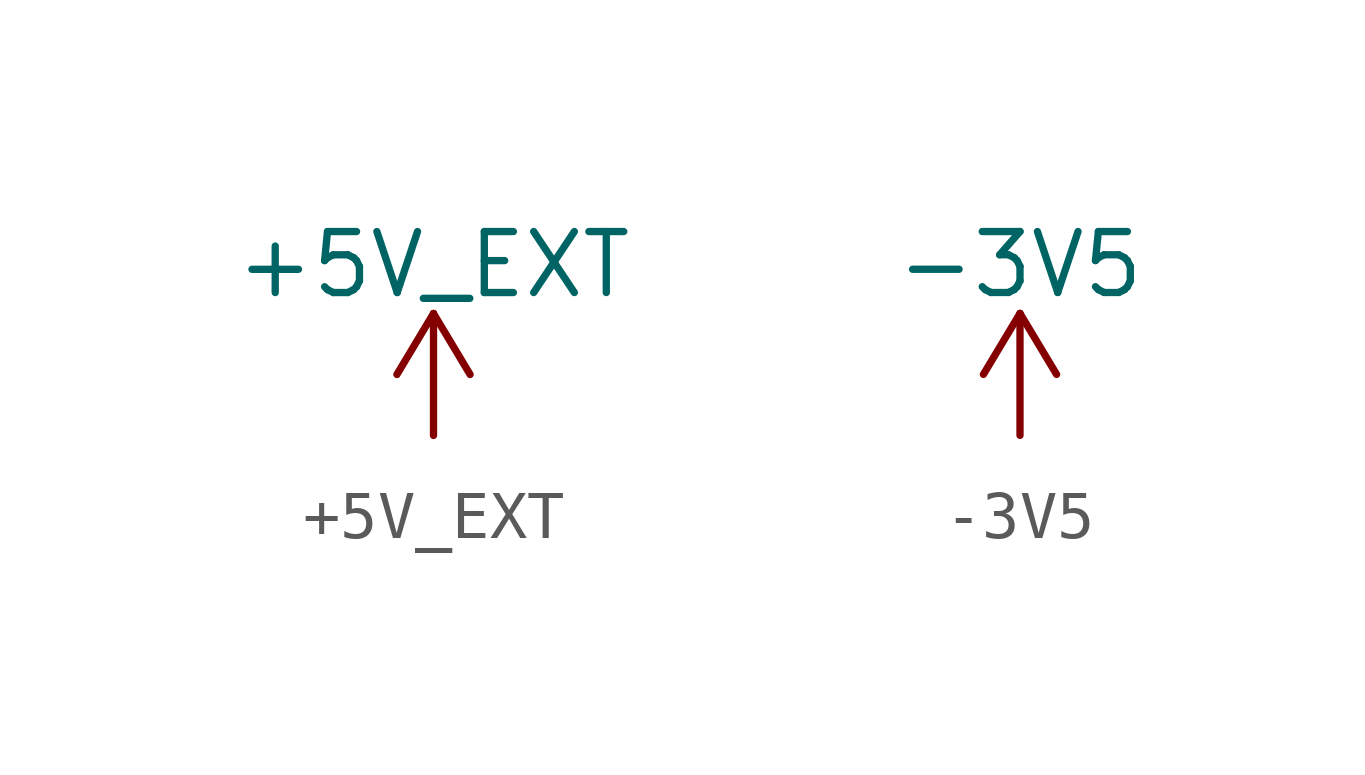
<source format=kicad_sym>
(kicad_symbol_lib
  (version 20241209)
  (generator "kicad_symbol_editor")
  (generator_version "9.0")
  (symbol "+5V_EXT"
    (power)
    (pin_names
      (offset 0))
    (property "Reference" "#PWR"
      (at 0 -3.81 0)
      (effects (font (size 1.27 1.27)) (hide yes)))
    (property "Value" "+5V_EXT"
      (at 0 3.556 0)
      (effects (font (size 1.27 1.27))))
    (symbol "+5V_EXT_0_1"
      (polyline (pts (xy -0.762 1.27) (xy 0 2.54)) (stroke (width 0) (type default)) (fill (type none)))
      (polyline (pts (xy 0 2.54) (xy 0.762 1.27)) (stroke (width 0) (type default)) (fill (type none)))
      (polyline (pts (xy 0 0) (xy 0 2.54)) (stroke (width 0) (type default)) (fill (type none))))
    (symbol "+5V_EXT_1_1"
      (pin power_in line (at 0 0 90) (length 0) (hide yes) (name "+5V_EXT" (effects (font (size 1.27 1.27)))) (number "1" (effects (font (size 1.27 1.27)))))))
  (symbol "-3V5"
    (power)
    (pin_names
      (offset 0))
    (property "Reference" "#PWR"
      (at 0 -3.81 0)
      (effects (font (size 1.27 1.27)) (hide yes)))
    (property "Value" "-3V5"
      (at 0 3.556 0)
      (effects (font (size 1.27 1.27))))
    (symbol "-3V5_0_1"
      (polyline (pts (xy -0.762 1.27) (xy 0 2.54)) (stroke (width 0) (type default)) (fill (type none)))
      (polyline (pts (xy 0 2.54) (xy 0.762 1.27)) (stroke (width 0) (type default)) (fill (type none)))
      (polyline (pts (xy 0 0) (xy 0 2.54)) (stroke (width 0) (type default)) (fill (type none))))
    (symbol "-3V5_1_1"
      (pin power_in line (at 0 0 90) (length 0) (hide yes) (name "-3V5" (effects (font (size 1.27 1.27)))) (number "1" (effects (font (size 1.27 1.27))))))))
</source>
